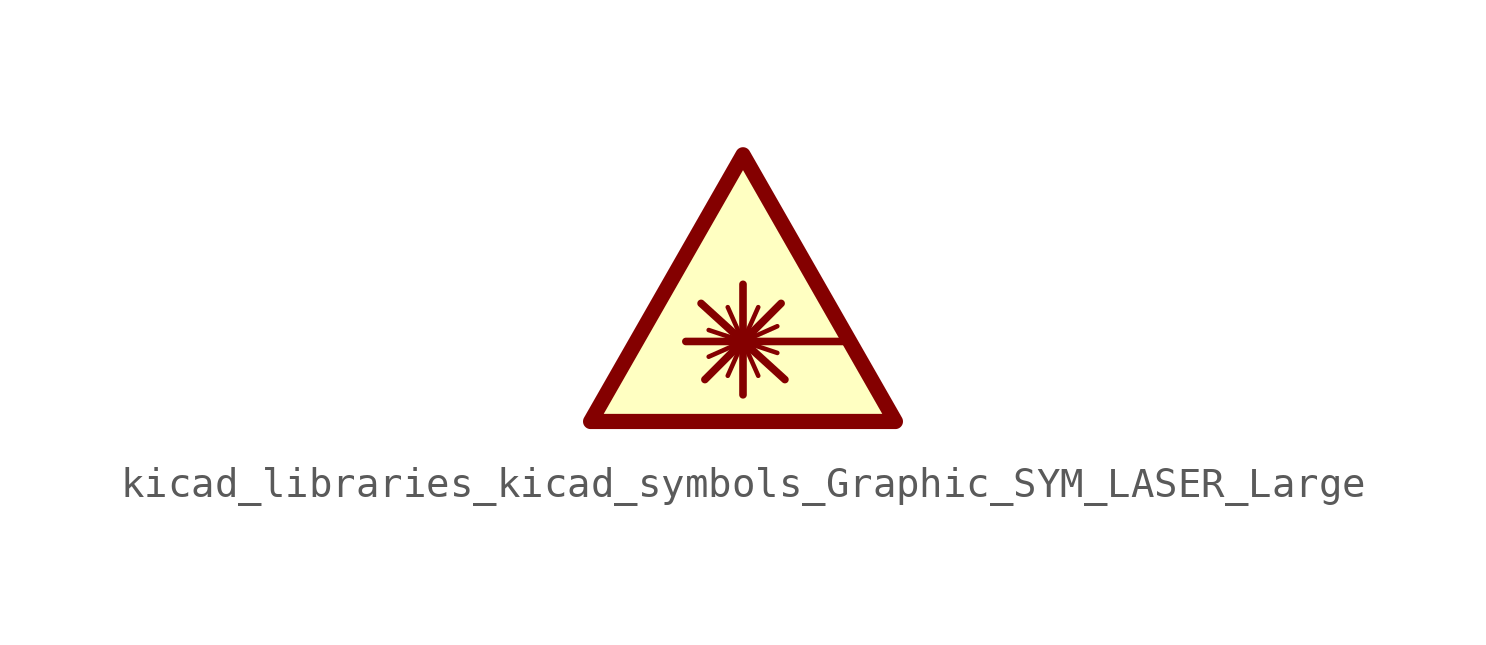
<source format=kicad_sym>
(kicad_symbol_lib
  (version 20220914)
  (generator kicad_symbol_editor)
  (symbol "kicad_libraries_kicad_symbols_Graphic_SYM_LASER_Large"
    (property "Reference" "#SYM"
      (at 0 5.08 0)
      (effects (font (size 1.27 1.27)) hide))
    (symbol "kicad_libraries_kicad_symbols_Graphic_SYM_LASER_Large_0_1"
      (polyline (pts (xy -1.905 -2.413) (xy 3.556 -2.413)) (stroke (width 0.254) (type default)) (fill (type none)))
      (polyline (pts (xy -1.27 -3.683) (xy 1.27 -1.143)) (stroke (width 0.254) (type default)) (fill (type none)))
      (polyline (pts (xy -1.143 -2.921) (xy 1.143 -1.905)) (stroke (width 0) (type default)) (fill (type none)))
      (polyline (pts (xy -1.143 -2.032) (xy 1.143 -2.794)) (stroke (width 0) (type default)) (fill (type none)))
      (polyline (pts (xy -0.508 -1.27) (xy 0.508 -3.556)) (stroke (width 0) (type default)) (fill (type none)))
      (polyline (pts (xy 0 -4.191) (xy 0 -0.508)) (stroke (width 0.254) (type default)) (fill (type none)))
      (polyline (pts (xy 0.508 -1.27) (xy -0.508 -3.556)) (stroke (width 0) (type default)) (fill (type none)))
      (polyline (pts (xy 1.397 -3.683) (xy -1.397 -1.143)) (stroke (width 0.254) (type default)) (fill (type none)))
      (polyline (pts (xy -5.08 -5.08) (xy 5.08 -5.08) (xy 0 3.81) (xy -5.08 -5.08)) (stroke (width 0.508) (type default)) (fill (type background))))))
</source>
